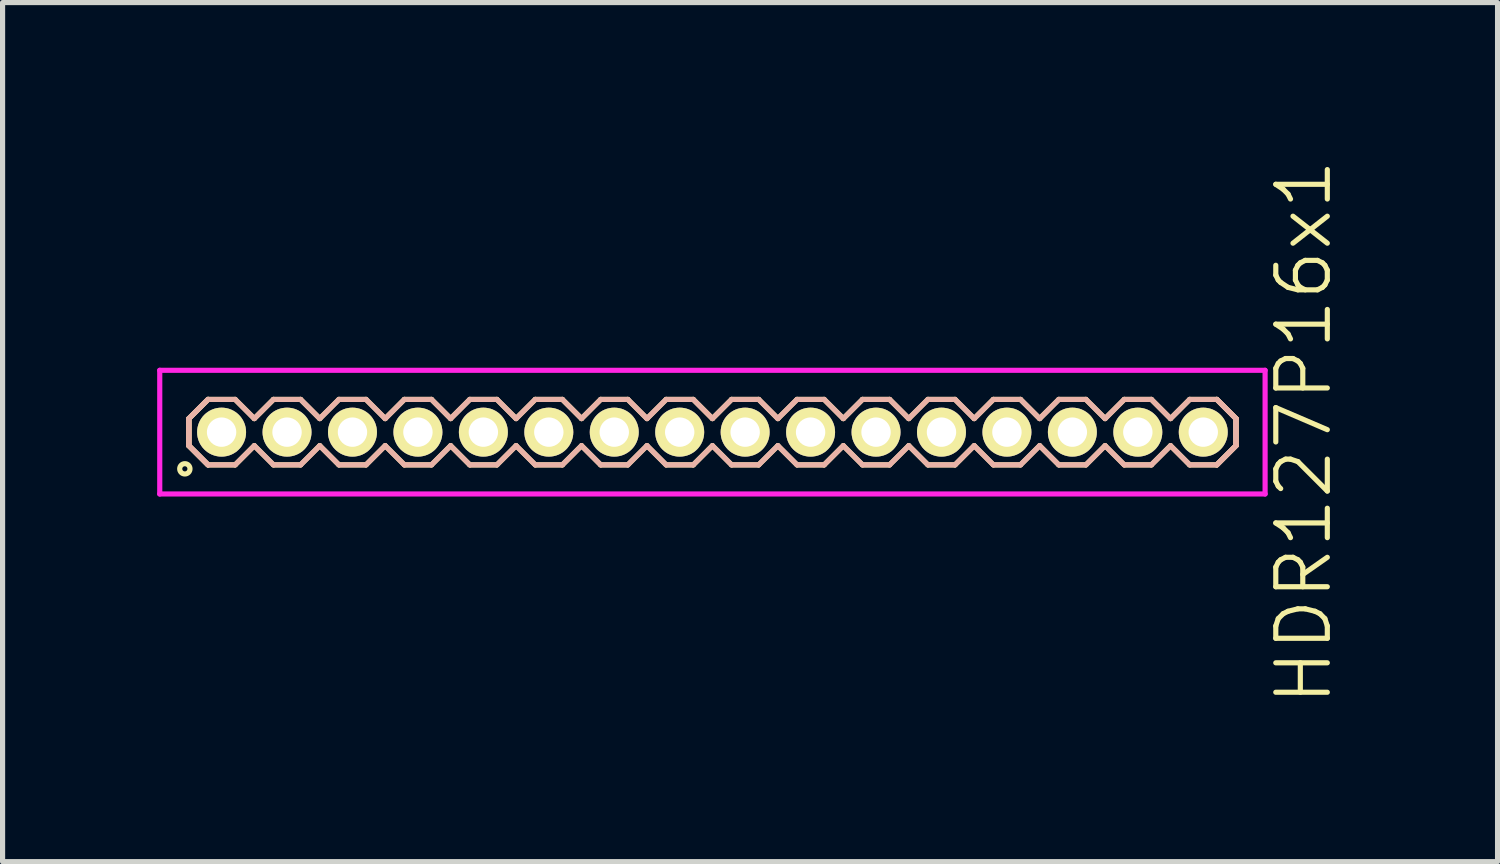
<source format=kicad_pcb>
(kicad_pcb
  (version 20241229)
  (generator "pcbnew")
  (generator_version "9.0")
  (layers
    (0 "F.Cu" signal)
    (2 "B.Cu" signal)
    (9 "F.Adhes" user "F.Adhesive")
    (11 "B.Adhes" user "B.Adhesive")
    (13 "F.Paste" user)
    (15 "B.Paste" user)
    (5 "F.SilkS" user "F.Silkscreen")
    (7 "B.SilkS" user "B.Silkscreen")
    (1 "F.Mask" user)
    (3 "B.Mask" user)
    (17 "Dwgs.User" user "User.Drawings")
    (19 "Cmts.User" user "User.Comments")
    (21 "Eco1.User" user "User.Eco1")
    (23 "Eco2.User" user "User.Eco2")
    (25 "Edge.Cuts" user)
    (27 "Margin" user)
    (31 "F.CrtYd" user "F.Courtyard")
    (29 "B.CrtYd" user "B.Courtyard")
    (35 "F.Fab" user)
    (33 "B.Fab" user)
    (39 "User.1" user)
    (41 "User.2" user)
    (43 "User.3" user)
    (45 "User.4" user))
  (footprint "HDR127P16x1"
    (layer "F.Cu")
    (at 10.775 5.336)
    (property "Reference" "HDR127P16x1" (at 11.475 0 90) (layer "F.SilkS") (effects (font (size 1 1) (thickness 0.1))))
    (attr through_hole)
    (fp_line (start -10.16 -0.263) (end -9.788 -0.635) (stroke (width 0.1) (type solid)) (layer "F.SilkS"))
    (fp_line (start -10.16 -0.263) (end -9.788 -0.635) (stroke (width 0.1) (type solid)) (layer "F.SilkS"))
    (fp_line (start -10.16 0.263) (end -10.16 -0.263) (stroke (width 0.1) (type solid)) (layer "F.SilkS"))
    (fp_line (start -10.16 0.263) (end -10.16 -0.263) (stroke (width 0.1) (type solid)) (layer "F.SilkS"))
    (fp_line (start -9.788 -0.635) (end -9.262 -0.635) (stroke (width 0.1) (type solid)) (layer "F.SilkS"))
    (fp_line (start -9.788 0.635) (end -10.16 0.263) (stroke (width 0.1) (type solid)) (layer "F.SilkS"))
    (fp_line (start -9.788 0.635) (end -10.16 0.263) (stroke (width 0.1) (type solid)) (layer "F.SilkS"))
    (fp_line (start -9.262 -0.635) (end -8.89 -0.263) (stroke (width 0.1) (type solid)) (layer "F.SilkS"))
    (fp_line (start -9.262 0.635) (end -9.788 0.635) (stroke (width 0.1) (type solid)) (layer "F.SilkS"))
    (fp_line (start -8.89 -0.263) (end -8.518 -0.635) (stroke (width 0.1) (type solid)) (layer "F.SilkS"))
    (fp_line (start -8.89 0.263) (end -9.262 0.635) (stroke (width 0.1) (type solid)) (layer "F.SilkS"))
    (fp_line (start -8.518 -0.635) (end -7.992 -0.635) (stroke (width 0.1) (type solid)) (layer "F.SilkS"))
    (fp_line (start -8.518 0.635) (end -8.89 0.263) (stroke (width 0.1) (type solid)) (layer "F.SilkS"))
    (fp_line (start -7.992 -0.635) (end -7.62 -0.263) (stroke (width 0.1) (type solid)) (layer "F.SilkS"))
    (fp_line (start -7.992 0.635) (end -8.518 0.635) (stroke (width 0.1) (type solid)) (layer "F.SilkS"))
    (fp_line (start -7.62 -0.263) (end -7.248 -0.635) (stroke (width 0.1) (type solid)) (layer "F.SilkS"))
    (fp_line (start -7.62 0.263) (end -7.992 0.635) (stroke (width 0.1) (type solid)) (layer "F.SilkS"))
    (fp_line (start -7.248 -0.635) (end -6.722 -0.635) (stroke (width 0.1) (type solid)) (layer "F.SilkS"))
    (fp_line (start -7.248 0.635) (end -7.62 0.263) (stroke (width 0.1) (type solid)) (layer "F.SilkS"))
    (fp_line (start -6.722 -0.635) (end -6.35 -0.263) (stroke (width 0.1) (type solid)) (layer "F.SilkS"))
    (fp_line (start -6.722 0.635) (end -7.248 0.635) (stroke (width 0.1) (type solid)) (layer "F.SilkS"))
    (fp_line (start -6.35 -0.263) (end -5.978 -0.635) (stroke (width 0.1) (type solid)) (layer "F.SilkS"))
    (fp_line (start -6.35 0.263) (end -6.722 0.635) (stroke (width 0.1) (type solid)) (layer "F.SilkS"))
    (fp_line (start -5.978 -0.635) (end -5.452 -0.635) (stroke (width 0.1) (type solid)) (layer "F.SilkS"))
    (fp_line (start -5.978 0.635) (end -6.35 0.263) (stroke (width 0.1) (type solid)) (layer "F.SilkS"))
    (fp_line (start -5.452 -0.635) (end -5.08 -0.263) (stroke (width 0.1) (type solid)) (layer "F.SilkS"))
    (fp_line (start -5.452 0.635) (end -5.978 0.635) (stroke (width 0.1) (type solid)) (layer "F.SilkS"))
    (fp_line (start -5.08 -0.263) (end -4.708 -0.635) (stroke (width 0.1) (type solid)) (layer "F.SilkS"))
    (fp_line (start -5.08 0.263) (end -5.452 0.635) (stroke (width 0.1) (type solid)) (layer "F.SilkS"))
    (fp_line (start -4.708 -0.635) (end -4.182 -0.635) (stroke (width 0.1) (type solid)) (layer "F.SilkS"))
    (fp_line (start -4.708 0.635) (end -5.08 0.263) (stroke (width 0.1) (type solid)) (layer "F.SilkS"))
    (fp_line (start -4.182 -0.635) (end -3.81 -0.263) (stroke (width 0.1) (type solid)) (layer "F.SilkS"))
    (fp_line (start -4.182 0.635) (end -4.708 0.635) (stroke (width 0.1) (type solid)) (layer "F.SilkS"))
    (fp_line (start -3.81 -0.263) (end -3.438 -0.635) (stroke (width 0.1) (type solid)) (layer "F.SilkS"))
    (fp_line (start -3.81 0.263) (end -4.182 0.635) (stroke (width 0.1) (type solid)) (layer "F.SilkS"))
    (fp_line (start -3.438 -0.635) (end -2.912 -0.635) (stroke (width 0.1) (type solid)) (layer "F.SilkS"))
    (fp_line (start -3.438 0.635) (end -3.81 0.263) (stroke (width 0.1) (type solid)) (layer "F.SilkS"))
    (fp_line (start -2.912 -0.635) (end -2.54 -0.263) (stroke (width 0.1) (type solid)) (layer "F.SilkS"))
    (fp_line (start -2.912 0.635) (end -3.438 0.635) (stroke (width 0.1) (type solid)) (layer "F.SilkS"))
    (fp_line (start -2.54 -0.263) (end -2.168 -0.635) (stroke (width 0.1) (type solid)) (layer "F.SilkS"))
    (fp_line (start -2.54 0.263) (end -2.912 0.635) (stroke (width 0.1) (type solid)) (layer "F.SilkS"))
    (fp_line (start -2.168 -0.635) (end -1.642 -0.635) (stroke (width 0.1) (type solid)) (layer "F.SilkS"))
    (fp_line (start -2.168 0.635) (end -2.54 0.263) (stroke (width 0.1) (type solid)) (layer "F.SilkS"))
    (fp_line (start -1.642 -0.635) (end -1.27 -0.263) (stroke (width 0.1) (type solid)) (layer "F.SilkS"))
    (fp_line (start -1.642 0.635) (end -2.168 0.635) (stroke (width 0.1) (type solid)) (layer "F.SilkS"))
    (fp_line (start -1.27 -0.263) (end -0.898 -0.635) (stroke (width 0.1) (type solid)) (layer "F.SilkS"))
    (fp_line (start -1.27 0.263) (end -1.642 0.635) (stroke (width 0.1) (type solid)) (layer "F.SilkS"))
    (fp_line (start -0.898 -0.635) (end -0.372 -0.635) (stroke (width 0.1) (type solid)) (layer "F.SilkS"))
    (fp_line (start -0.898 0.635) (end -1.27 0.263) (stroke (width 0.1) (type solid)) (layer "F.SilkS"))
    (fp_line (start -0.372 -0.635) (end 0 -0.263) (stroke (width 0.1) (type solid)) (layer "F.SilkS"))
    (fp_line (start -0.372 0.635) (end -0.898 0.635) (stroke (width 0.1) (type solid)) (layer "F.SilkS"))
    (fp_line (start 0 -0.263) (end 0.372 -0.635) (stroke (width 0.1) (type solid)) (layer "F.SilkS"))
    (fp_line (start 0 0.263) (end -0.372 0.635) (stroke (width 0.1) (type solid)) (layer "F.SilkS"))
    (fp_line (start 0.372 -0.635) (end 0.898 -0.635) (stroke (width 0.1) (type solid)) (layer "F.SilkS"))
    (fp_line (start 0.372 0.635) (end 0 0.263) (stroke (width 0.1) (type solid)) (layer "F.SilkS"))
    (fp_line (start 0.898 -0.635) (end 1.27 -0.263) (stroke (width 0.1) (type solid)) (layer "F.SilkS"))
    (fp_line (start 0.898 0.635) (end 0.372 0.635) (stroke (width 0.1) (type solid)) (layer "F.SilkS"))
    (fp_line (start 1.27 -0.263) (end 1.642 -0.635) (stroke (width 0.1) (type solid)) (layer "F.SilkS"))
    (fp_line (start 1.27 0.263) (end 0.898 0.635) (stroke (width 0.1) (type solid)) (layer "F.SilkS"))
    (fp_line (start 1.642 -0.635) (end 2.168 -0.635) (stroke (width 0.1) (type solid)) (layer "F.SilkS"))
    (fp_line (start 1.642 0.635) (end 1.27 0.263) (stroke (width 0.1) (type solid)) (layer "F.SilkS"))
    (fp_line (start 2.168 -0.635) (end 2.54 -0.263) (stroke (width 0.1) (type solid)) (layer "F.SilkS"))
    (fp_line (start 2.168 0.635) (end 1.642 0.635) (stroke (width 0.1) (type solid)) (layer "F.SilkS"))
    (fp_line (start 2.54 -0.263) (end 2.912 -0.635) (stroke (width 0.1) (type solid)) (layer "F.SilkS"))
    (fp_line (start 2.54 0.263) (end 2.168 0.635) (stroke (width 0.1) (type solid)) (layer "F.SilkS"))
    (fp_line (start 2.912 -0.635) (end 3.438 -0.635) (stroke (width 0.1) (type solid)) (layer "F.SilkS"))
    (fp_line (start 2.912 0.635) (end 2.54 0.263) (stroke (width 0.1) (type solid)) (layer "F.SilkS"))
    (fp_line (start 3.438 -0.635) (end 3.81 -0.263) (stroke (width 0.1) (type solid)) (layer "F.SilkS"))
    (fp_line (start 3.438 0.635) (end 2.912 0.635) (stroke (width 0.1) (type solid)) (layer "F.SilkS"))
    (fp_line (start 3.81 -0.263) (end 4.182 -0.635) (stroke (width 0.1) (type solid)) (layer "F.SilkS"))
    (fp_line (start 3.81 0.263) (end 3.438 0.635) (stroke (width 0.1) (type solid)) (layer "F.SilkS"))
    (fp_line (start 4.182 -0.635) (end 4.708 -0.635) (stroke (width 0.1) (type solid)) (layer "F.SilkS"))
    (fp_line (start 4.182 0.635) (end 3.81 0.263) (stroke (width 0.1) (type solid)) (layer "F.SilkS"))
    (fp_line (start 4.708 -0.635) (end 5.08 -0.263) (stroke (width 0.1) (type solid)) (layer "F.SilkS"))
    (fp_line (start 4.708 0.635) (end 4.182 0.635) (stroke (width 0.1) (type solid)) (layer "F.SilkS"))
    (fp_line (start 5.08 -0.263) (end 5.452 -0.635) (stroke (width 0.1) (type solid)) (layer "F.SilkS"))
    (fp_line (start 5.08 0.263) (end 4.708 0.635) (stroke (width 0.1) (type solid)) (layer "F.SilkS"))
    (fp_line (start 5.452 -0.635) (end 5.978 -0.635) (stroke (width 0.1) (type solid)) (layer "F.SilkS"))
    (fp_line (start 5.452 0.635) (end 5.08 0.263) (stroke (width 0.1) (type solid)) (layer "F.SilkS"))
    (fp_line (start 5.978 -0.635) (end 6.35 -0.263) (stroke (width 0.1) (type solid)) (layer "F.SilkS"))
    (fp_line (start 5.978 0.635) (end 5.452 0.635) (stroke (width 0.1) (type solid)) (layer "F.SilkS"))
    (fp_line (start 6.35 -0.263) (end 6.722 -0.635) (stroke (width 0.1) (type solid)) (layer "F.SilkS"))
    (fp_line (start 6.35 0.263) (end 5.978 0.635) (stroke (width 0.1) (type solid)) (layer "F.SilkS"))
    (fp_line (start 6.722 -0.635) (end 7.248 -0.635) (stroke (width 0.1) (type solid)) (layer "F.SilkS"))
    (fp_line (start 6.722 0.635) (end 6.35 0.263) (stroke (width 0.1) (type solid)) (layer "F.SilkS"))
    (fp_line (start 7.248 -0.635) (end 7.62 -0.263) (stroke (width 0.1) (type solid)) (layer "F.SilkS"))
    (fp_line (start 7.248 0.635) (end 6.722 0.635) (stroke (width 0.1) (type solid)) (layer "F.SilkS"))
    (fp_line (start 7.62 -0.263) (end 7.992 -0.635) (stroke (width 0.1) (type solid)) (layer "F.SilkS"))
    (fp_line (start 7.62 0.263) (end 7.248 0.635) (stroke (width 0.1) (type solid)) (layer "F.SilkS"))
    (fp_line (start 7.992 -0.635) (end 8.518 -0.635) (stroke (width 0.1) (type solid)) (layer "F.SilkS"))
    (fp_line (start 7.992 0.635) (end 7.62 0.263) (stroke (width 0.1) (type solid)) (layer "F.SilkS"))
    (fp_line (start 8.518 -0.635) (end 8.89 -0.263) (stroke (width 0.1) (type solid)) (layer "F.SilkS"))
    (fp_line (start 8.518 0.635) (end 7.992 0.635) (stroke (width 0.1) (type solid)) (layer "F.SilkS"))
    (fp_line (start 8.89 -0.263) (end 9.262 -0.635) (stroke (width 0.1) (type solid)) (layer "F.SilkS"))
    (fp_line (start 8.89 0.263) (end 8.518 0.635) (stroke (width 0.1) (type solid)) (layer "F.SilkS"))
    (fp_line (start 9.262 -0.635) (end 9.788 -0.635) (stroke (width 0.1) (type solid)) (layer "F.SilkS"))
    (fp_line (start 9.262 0.635) (end 8.89 0.263) (stroke (width 0.1) (type solid)) (layer "F.SilkS"))
    (fp_line (start 9.788 -0.635) (end 10.16 -0.263) (stroke (width 0.1) (type solid)) (layer "F.SilkS"))
    (fp_line (start 9.788 -0.635) (end 10.16 -0.263) (stroke (width 0.1) (type solid)) (layer "F.SilkS"))
    (fp_line (start 9.788 0.635) (end 9.262 0.635) (stroke (width 0.1) (type solid)) (layer "F.SilkS"))
    (fp_line (start 10.16 -0.263) (end 10.16 0.263) (stroke (width 0.1) (type solid)) (layer "F.SilkS"))
    (fp_line (start 10.16 -0.263) (end 10.16 0.263) (stroke (width 0.1) (type solid)) (layer "F.SilkS"))
    (fp_line (start 10.16 0.263) (end 9.788 0.635) (stroke (width 0.1) (type solid)) (layer "F.SilkS"))
    (fp_line (start 10.16 0.263) (end 9.788 0.635) (stroke (width 0.1) (type solid)) (layer "F.SilkS"))
    (fp_circle (center -10.238 0.712) (end -10.138 0.712) (stroke (width 0.1) (type solid)) (fill no) (layer "F.SilkS"))
    (fp_line (start -10.16 -0.263) (end -9.788 -0.635) (stroke (width 0.1) (type solid)) (layer "B.SilkS"))
    (fp_line (start -10.16 -0.263) (end -9.788 -0.635) (stroke (width 0.1) (type solid)) (layer "B.SilkS"))
    (fp_line (start -10.16 0.263) (end -10.16 -0.263) (stroke (width 0.1) (type solid)) (layer "B.SilkS"))
    (fp_line (start -10.16 0.263) (end -10.16 -0.263) (stroke (width 0.1) (type solid)) (layer "B.SilkS"))
    (fp_line (start -9.788 -0.635) (end -9.262 -0.635) (stroke (width 0.1) (type solid)) (layer "B.SilkS"))
    (fp_line (start -9.788 0.635) (end -10.16 0.263) (stroke (width 0.1) (type solid)) (layer "B.SilkS"))
    (fp_line (start -9.788 0.635) (end -10.16 0.263) (stroke (width 0.1) (type solid)) (layer "B.SilkS"))
    (fp_line (start -9.262 -0.635) (end -8.89 -0.263) (stroke (width 0.1) (type solid)) (layer "B.SilkS"))
    (fp_line (start -9.262 0.635) (end -9.788 0.635) (stroke (width 0.1) (type solid)) (layer "B.SilkS"))
    (fp_line (start -8.89 -0.263) (end -8.518 -0.635) (stroke (width 0.1) (type solid)) (layer "B.SilkS"))
    (fp_line (start -8.89 0.263) (end -9.262 0.635) (stroke (width 0.1) (type solid)) (layer "B.SilkS"))
    (fp_line (start -8.518 -0.635) (end -7.992 -0.635) (stroke (width 0.1) (type solid)) (layer "B.SilkS"))
    (fp_line (start -8.518 0.635) (end -8.89 0.263) (stroke (width 0.1) (type solid)) (layer "B.SilkS"))
    (fp_line (start -7.992 -0.635) (end -7.62 -0.263) (stroke (width 0.1) (type solid)) (layer "B.SilkS"))
    (fp_line (start -7.992 0.635) (end -8.518 0.635) (stroke (width 0.1) (type solid)) (layer "B.SilkS"))
    (fp_line (start -7.62 -0.263) (end -7.248 -0.635) (stroke (width 0.1) (type solid)) (layer "B.SilkS"))
    (fp_line (start -7.62 0.263) (end -7.992 0.635) (stroke (width 0.1) (type solid)) (layer "B.SilkS"))
    (fp_line (start -7.248 -0.635) (end -6.722 -0.635) (stroke (width 0.1) (type solid)) (layer "B.SilkS"))
    (fp_line (start -7.248 0.635) (end -7.62 0.263) (stroke (width 0.1) (type solid)) (layer "B.SilkS"))
    (fp_line (start -6.722 -0.635) (end -6.35 -0.263) (stroke (width 0.1) (type solid)) (layer "B.SilkS"))
    (fp_line (start -6.722 0.635) (end -7.248 0.635) (stroke (width 0.1) (type solid)) (layer "B.SilkS"))
    (fp_line (start -6.35 -0.263) (end -5.978 -0.635) (stroke (width 0.1) (type solid)) (layer "B.SilkS"))
    (fp_line (start -6.35 0.263) (end -6.722 0.635) (stroke (width 0.1) (type solid)) (layer "B.SilkS"))
    (fp_line (start -5.978 -0.635) (end -5.452 -0.635) (stroke (width 0.1) (type solid)) (layer "B.SilkS"))
    (fp_line (start -5.978 0.635) (end -6.35 0.263) (stroke (width 0.1) (type solid)) (layer "B.SilkS"))
    (fp_line (start -5.452 -0.635) (end -5.08 -0.263) (stroke (width 0.1) (type solid)) (layer "B.SilkS"))
    (fp_line (start -5.452 0.635) (end -5.978 0.635) (stroke (width 0.1) (type solid)) (layer "B.SilkS"))
    (fp_line (start -5.08 -0.263) (end -4.708 -0.635) (stroke (width 0.1) (type solid)) (layer "B.SilkS"))
    (fp_line (start -5.08 0.263) (end -5.452 0.635) (stroke (width 0.1) (type solid)) (layer "B.SilkS"))
    (fp_line (start -4.708 -0.635) (end -4.182 -0.635) (stroke (width 0.1) (type solid)) (layer "B.SilkS"))
    (fp_line (start -4.708 0.635) (end -5.08 0.263) (stroke (width 0.1) (type solid)) (layer "B.SilkS"))
    (fp_line (start -4.182 -0.635) (end -3.81 -0.263) (stroke (width 0.1) (type solid)) (layer "B.SilkS"))
    (fp_line (start -4.182 0.635) (end -4.708 0.635) (stroke (width 0.1) (type solid)) (layer "B.SilkS"))
    (fp_line (start -3.81 -0.263) (end -3.438 -0.635) (stroke (width 0.1) (type solid)) (layer "B.SilkS"))
    (fp_line (start -3.81 0.263) (end -4.182 0.635) (stroke (width 0.1) (type solid)) (layer "B.SilkS"))
    (fp_line (start -3.438 -0.635) (end -2.912 -0.635) (stroke (width 0.1) (type solid)) (layer "B.SilkS"))
    (fp_line (start -3.438 0.635) (end -3.81 0.263) (stroke (width 0.1) (type solid)) (layer "B.SilkS"))
    (fp_line (start -2.912 -0.635) (end -2.54 -0.263) (stroke (width 0.1) (type solid)) (layer "B.SilkS"))
    (fp_line (start -2.912 0.635) (end -3.438 0.635) (stroke (width 0.1) (type solid)) (layer "B.SilkS"))
    (fp_line (start -2.54 -0.263) (end -2.168 -0.635) (stroke (width 0.1) (type solid)) (layer "B.SilkS"))
    (fp_line (start -2.54 0.263) (end -2.912 0.635) (stroke (width 0.1) (type solid)) (layer "B.SilkS"))
    (fp_line (start -2.168 -0.635) (end -1.642 -0.635) (stroke (width 0.1) (type solid)) (layer "B.SilkS"))
    (fp_line (start -2.168 0.635) (end -2.54 0.263) (stroke (width 0.1) (type solid)) (layer "B.SilkS"))
    (fp_line (start -1.642 -0.635) (end -1.27 -0.263) (stroke (width 0.1) (type solid)) (layer "B.SilkS"))
    (fp_line (start -1.642 0.635) (end -2.168 0.635) (stroke (width 0.1) (type solid)) (layer "B.SilkS"))
    (fp_line (start -1.27 -0.263) (end -0.898 -0.635) (stroke (width 0.1) (type solid)) (layer "B.SilkS"))
    (fp_line (start -1.27 0.263) (end -1.642 0.635) (stroke (width 0.1) (type solid)) (layer "B.SilkS"))
    (fp_line (start -0.898 -0.635) (end -0.372 -0.635) (stroke (width 0.1) (type solid)) (layer "B.SilkS"))
    (fp_line (start -0.898 0.635) (end -1.27 0.263) (stroke (width 0.1) (type solid)) (layer "B.SilkS"))
    (fp_line (start -0.372 -0.635) (end 0 -0.263) (stroke (width 0.1) (type solid)) (layer "B.SilkS"))
    (fp_line (start -0.372 0.635) (end -0.898 0.635) (stroke (width 0.1) (type solid)) (layer "B.SilkS"))
    (fp_line (start 0 -0.263) (end 0.372 -0.635) (stroke (width 0.1) (type solid)) (layer "B.SilkS"))
    (fp_line (start 0 0.263) (end -0.372 0.635) (stroke (width 0.1) (type solid)) (layer "B.SilkS"))
    (fp_line (start 0.372 -0.635) (end 0.898 -0.635) (stroke (width 0.1) (type solid)) (layer "B.SilkS"))
    (fp_line (start 0.372 0.635) (end 0 0.263) (stroke (width 0.1) (type solid)) (layer "B.SilkS"))
    (fp_line (start 0.898 -0.635) (end 1.27 -0.263) (stroke (width 0.1) (type solid)) (layer "B.SilkS"))
    (fp_line (start 0.898 0.635) (end 0.372 0.635) (stroke (width 0.1) (type solid)) (layer "B.SilkS"))
    (fp_line (start 1.27 -0.263) (end 1.642 -0.635) (stroke (width 0.1) (type solid)) (layer "B.SilkS"))
    (fp_line (start 1.27 0.263) (end 0.898 0.635) (stroke (width 0.1) (type solid)) (layer "B.SilkS"))
    (fp_line (start 1.642 -0.635) (end 2.168 -0.635) (stroke (width 0.1) (type solid)) (layer "B.SilkS"))
    (fp_line (start 1.642 0.635) (end 1.27 0.263) (stroke (width 0.1) (type solid)) (layer "B.SilkS"))
    (fp_line (start 2.168 -0.635) (end 2.54 -0.263) (stroke (width 0.1) (type solid)) (layer "B.SilkS"))
    (fp_line (start 2.168 0.635) (end 1.642 0.635) (stroke (width 0.1) (type solid)) (layer "B.SilkS"))
    (fp_line (start 2.54 -0.263) (end 2.912 -0.635) (stroke (width 0.1) (type solid)) (layer "B.SilkS"))
    (fp_line (start 2.54 0.263) (end 2.168 0.635) (stroke (width 0.1) (type solid)) (layer "B.SilkS"))
    (fp_line (start 2.912 -0.635) (end 3.438 -0.635) (stroke (width 0.1) (type solid)) (layer "B.SilkS"))
    (fp_line (start 2.912 0.635) (end 2.54 0.263) (stroke (width 0.1) (type solid)) (layer "B.SilkS"))
    (fp_line (start 3.438 -0.635) (end 3.81 -0.263) (stroke (width 0.1) (type solid)) (layer "B.SilkS"))
    (fp_line (start 3.438 0.635) (end 2.912 0.635) (stroke (width 0.1) (type solid)) (layer "B.SilkS"))
    (fp_line (start 3.81 -0.263) (end 4.182 -0.635) (stroke (width 0.1) (type solid)) (layer "B.SilkS"))
    (fp_line (start 3.81 0.263) (end 3.438 0.635) (stroke (width 0.1) (type solid)) (layer "B.SilkS"))
    (fp_line (start 4.182 -0.635) (end 4.708 -0.635) (stroke (width 0.1) (type solid)) (layer "B.SilkS"))
    (fp_line (start 4.182 0.635) (end 3.81 0.263) (stroke (width 0.1) (type solid)) (layer "B.SilkS"))
    (fp_line (start 4.708 -0.635) (end 5.08 -0.263) (stroke (width 0.1) (type solid)) (layer "B.SilkS"))
    (fp_line (start 4.708 0.635) (end 4.182 0.635) (stroke (width 0.1) (type solid)) (layer "B.SilkS"))
    (fp_line (start 5.08 -0.263) (end 5.452 -0.635) (stroke (width 0.1) (type solid)) (layer "B.SilkS"))
    (fp_line (start 5.08 0.263) (end 4.708 0.635) (stroke (width 0.1) (type solid)) (layer "B.SilkS"))
    (fp_line (start 5.452 -0.635) (end 5.978 -0.635) (stroke (width 0.1) (type solid)) (layer "B.SilkS"))
    (fp_line (start 5.452 0.635) (end 5.08 0.263) (stroke (width 0.1) (type solid)) (layer "B.SilkS"))
    (fp_line (start 5.978 -0.635) (end 6.35 -0.263) (stroke (width 0.1) (type solid)) (layer "B.SilkS"))
    (fp_line (start 5.978 0.635) (end 5.452 0.635) (stroke (width 0.1) (type solid)) (layer "B.SilkS"))
    (fp_line (start 6.35 -0.263) (end 6.722 -0.635) (stroke (width 0.1) (type solid)) (layer "B.SilkS"))
    (fp_line (start 6.35 0.263) (end 5.978 0.635) (stroke (width 0.1) (type solid)) (layer "B.SilkS"))
    (fp_line (start 6.722 -0.635) (end 7.248 -0.635) (stroke (width 0.1) (type solid)) (layer "B.SilkS"))
    (fp_line (start 6.722 0.635) (end 6.35 0.263) (stroke (width 0.1) (type solid)) (layer "B.SilkS"))
    (fp_line (start 7.248 -0.635) (end 7.62 -0.263) (stroke (width 0.1) (type solid)) (layer "B.SilkS"))
    (fp_line (start 7.248 0.635) (end 6.722 0.635) (stroke (width 0.1) (type solid)) (layer "B.SilkS"))
    (fp_line (start 7.62 -0.263) (end 7.992 -0.635) (stroke (width 0.1) (type solid)) (layer "B.SilkS"))
    (fp_line (start 7.62 0.263) (end 7.248 0.635) (stroke (width 0.1) (type solid)) (layer "B.SilkS"))
    (fp_line (start 7.992 -0.635) (end 8.518 -0.635) (stroke (width 0.1) (type solid)) (layer "B.SilkS"))
    (fp_line (start 7.992 0.635) (end 7.62 0.263) (stroke (width 0.1) (type solid)) (layer "B.SilkS"))
    (fp_line (start 8.518 -0.635) (end 8.89 -0.263) (stroke (width 0.1) (type solid)) (layer "B.SilkS"))
    (fp_line (start 8.518 0.635) (end 7.992 0.635) (stroke (width 0.1) (type solid)) (layer "B.SilkS"))
    (fp_line (start 8.89 -0.263) (end 9.262 -0.635) (stroke (width 0.1) (type solid)) (layer "B.SilkS"))
    (fp_line (start 8.89 0.263) (end 8.518 0.635) (stroke (width 0.1) (type solid)) (layer "B.SilkS"))
    (fp_line (start 9.262 -0.635) (end 9.788 -0.635) (stroke (width 0.1) (type solid)) (layer "B.SilkS"))
    (fp_line (start 9.262 0.635) (end 8.89 0.263) (stroke (width 0.1) (type solid)) (layer "B.SilkS"))
    (fp_line (start 9.788 -0.635) (end 10.16 -0.263) (stroke (width 0.1) (type solid)) (layer "B.SilkS"))
    (fp_line (start 9.788 -0.635) (end 10.16 -0.263) (stroke (width 0.1) (type solid)) (layer "B.SilkS"))
    (fp_line (start 9.788 0.635) (end 9.262 0.635) (stroke (width 0.1) (type solid)) (layer "B.SilkS"))
    (fp_line (start 10.16 -0.263) (end 10.16 0.263) (stroke (width 0.1) (type solid)) (layer "B.SilkS"))
    (fp_line (start 10.16 -0.263) (end 10.16 0.263) (stroke (width 0.1) (type solid)) (layer "B.SilkS"))
    (fp_line (start 10.16 0.263) (end 9.788 0.635) (stroke (width 0.1) (type solid)) (layer "B.SilkS"))
    (fp_line (start 10.16 0.263) (end 9.788 0.635) (stroke (width 0.1) (type solid)) (layer "B.SilkS"))
    (fp_line (start -10.725 -1.2) (end -10.725 1.2) (stroke (width 0.1) (type solid)) (layer "F.CrtYd"))
    (fp_line (start -10.725 1.2) (end 10.725 1.2) (stroke (width 0.1) (type solid)) (layer "F.CrtYd"))
    (fp_line (start 10.725 -1.2) (end -10.725 -1.2) (stroke (width 0.1) (type solid)) (layer "F.CrtYd"))
    (fp_line (start 10.725 1.2) (end 10.725 -1.2) (stroke (width 0.1) (type solid)) (layer "F.CrtYd"))
    (pad "1" thru_hole oval (at -9.525 0) (size 0.95 0.95) (drill 0.57) (layers "*.Cu" "*.Mask" "F.SilkS"))
    (pad "2" thru_hole oval (at -8.255 0) (size 0.95 0.95) (drill 0.57) (layers "*.Cu" "*.Mask" "F.SilkS"))
    (pad "3" thru_hole oval (at -6.985 0) (size 0.95 0.95) (drill 0.57) (layers "*.Cu" "*.Mask" "F.SilkS"))
    (pad "4" thru_hole oval (at -5.715 0) (size 0.95 0.95) (drill 0.57) (layers "*.Cu" "*.Mask" "F.SilkS"))
    (pad "5" thru_hole oval (at -4.445 0) (size 0.95 0.95) (drill 0.57) (layers "*.Cu" "*.Mask" "F.SilkS"))
    (pad "6" thru_hole oval (at -3.175 0) (size 0.95 0.95) (drill 0.57) (layers "*.Cu" "*.Mask" "F.SilkS"))
    (pad "7" thru_hole oval (at -1.905 0) (size 0.95 0.95) (drill 0.57) (layers "*.Cu" "*.Mask" "F.SilkS"))
    (pad "8" thru_hole oval (at -0.635 0) (size 0.95 0.95) (drill 0.57) (layers "*.Cu" "*.Mask" "F.SilkS"))
    (pad "9" thru_hole oval (at 0.635 0) (size 0.95 0.95) (drill 0.57) (layers "*.Cu" "*.Mask" "F.SilkS"))
    (pad "10" thru_hole oval (at 1.905 0) (size 0.95 0.95) (drill 0.57) (layers "*.Cu" "*.Mask" "F.SilkS"))
    (pad "11" thru_hole oval (at 3.175 0) (size 0.95 0.95) (drill 0.57) (layers "*.Cu" "*.Mask" "F.SilkS"))
    (pad "12" thru_hole oval (at 4.445 0) (size 0.95 0.95) (drill 0.57) (layers "*.Cu" "*.Mask" "F.SilkS"))
    (pad "13" thru_hole oval (at 5.715 0) (size 0.95 0.95) (drill 0.57) (layers "*.Cu" "*.Mask" "F.SilkS"))
    (pad "14" thru_hole oval (at 6.985 0) (size 0.95 0.95) (drill 0.57) (layers "*.Cu" "*.Mask" "F.SilkS"))
    (pad "15" thru_hole oval (at 8.255 0) (size 0.95 0.95) (drill 0.57) (layers "*.Cu" "*.Mask" "F.SilkS"))
    (pad "16" thru_hole oval (at 9.525 0) (size 0.95 0.95) (drill 0.57) (layers "*.Cu" "*.Mask" "F.SilkS")))
  (gr_rect
    (start -3 -3)
    (end 26.011 13.671)
    (stroke (width 0.1) (type default))
    (fill no)
    (layer "Edge.Cuts")))
</source>
